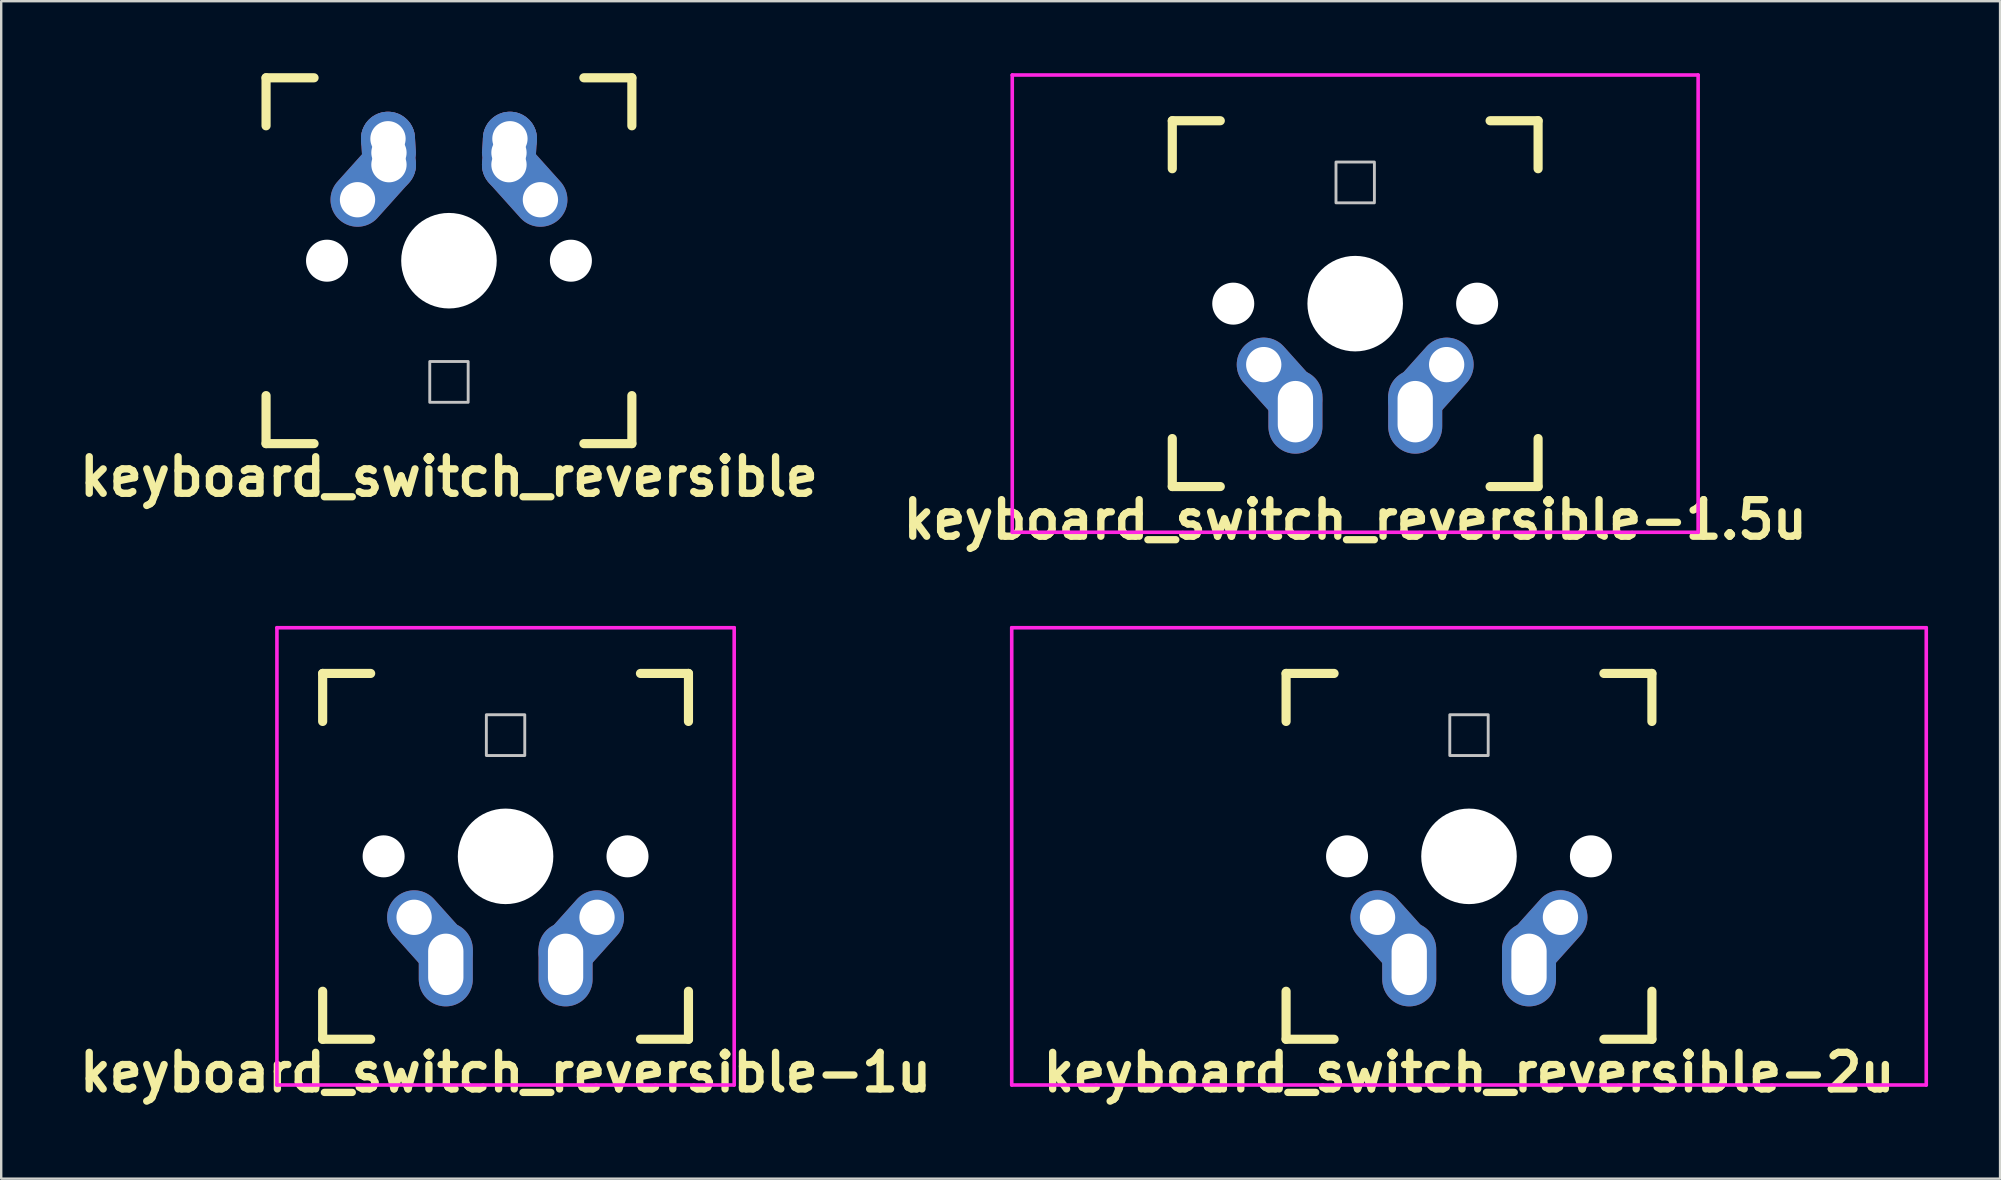
<source format=kicad_pcb>
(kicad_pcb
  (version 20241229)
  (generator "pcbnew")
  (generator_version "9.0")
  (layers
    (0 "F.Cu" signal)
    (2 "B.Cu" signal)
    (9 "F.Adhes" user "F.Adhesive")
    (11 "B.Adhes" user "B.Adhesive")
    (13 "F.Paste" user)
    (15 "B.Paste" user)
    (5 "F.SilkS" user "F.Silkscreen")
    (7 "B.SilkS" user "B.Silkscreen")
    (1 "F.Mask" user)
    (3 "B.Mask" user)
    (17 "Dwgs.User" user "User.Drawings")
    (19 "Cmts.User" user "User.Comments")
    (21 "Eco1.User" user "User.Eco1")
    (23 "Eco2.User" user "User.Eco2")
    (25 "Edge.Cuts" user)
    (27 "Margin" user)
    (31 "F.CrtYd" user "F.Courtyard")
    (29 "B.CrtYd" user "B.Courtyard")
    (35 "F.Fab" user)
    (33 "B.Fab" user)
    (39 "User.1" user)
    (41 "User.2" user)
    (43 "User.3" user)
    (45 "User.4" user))
  (footprint "keyboard_switch_reversible-1.5u"
    (layer "F.Cu")
    (at 53.408 9.6)
    (property "Reference" "keyboard_switch_reversible-1.5u" (at 0 9 0) (layer "F.SilkS") (effects (font (size 1.524 1.524) (thickness 0.305))))
    (attr through_hole)
    (fp_line (start -7.62 -5.62) (end -7.62 -7.62) (stroke (width 0.381) (type solid)) (layer "F.SilkS"))
    (fp_line (start -7.62 7.62) (end -7.62 5.62) (stroke (width 0.381) (type solid)) (layer "F.SilkS"))
    (fp_line (start -5.62 -7.62) (end -7.62 -7.62) (stroke (width 0.381) (type solid)) (layer "F.SilkS"))
    (fp_line (start -5.62 7.62) (end -7.62 7.62) (stroke (width 0.381) (type solid)) (layer "F.SilkS"))
    (fp_line (start 7.62 -7.62) (end 5.62 -7.62) (stroke (width 0.381) (type solid)) (layer "F.SilkS"))
    (fp_line (start 7.62 -5.62) (end 7.62 -7.62) (stroke (width 0.381) (type solid)) (layer "F.SilkS"))
    (fp_line (start 7.62 5.62) (end 7.62 7.62) (stroke (width 0.381) (type solid)) (layer "F.SilkS"))
    (fp_line (start 7.62 7.62) (end 5.62 7.62) (stroke (width 0.381) (type solid)) (layer "F.SilkS"))
    (fp_rect (start 0.8 -4.2) (end -0.8 -5.9) (stroke (width 0.12) (type solid)) (fill no) (layer "Dwgs.User"))
    (fp_line (start -14.287 -9.525) (end 14.287 -9.525) (stroke (width 0.15) (type solid)) (layer "F.CrtYd"))
    (fp_line (start -14.287 9.525) (end -14.287 -9.525) (stroke (width 0.15) (type solid)) (layer "F.CrtYd"))
    (fp_line (start 14.287 -9.525) (end 14.287 9.525) (stroke (width 0.15) (type solid)) (layer "F.CrtYd"))
    (fp_line (start 14.287 9.525) (end -14.287 9.525) (stroke (width 0.15) (type solid)) (layer "F.CrtYd"))
    (pad "" np_thru_hole circle (at -5.08 0 228.1) (size 1.75 1.75) (drill 1.75) (layers "*.Cu" "*.Mask"))
    (pad "" np_thru_hole circle (at 0 0 180) (size 3.98 3.98) (drill 3.98) (layers "*.Cu" "*.Mask"))
    (pad "" np_thru_hole circle (at 5.08 0 228.1) (size 1.75 1.75) (drill 1.75) (layers "*.Cu" "*.Mask"))
    (pad "1" thru_hole oval (at 2.5 4.5 180) (size 2.25 3.5) (drill oval 1.47 2.56) (layers "*.Cu" "*.Mask"))
    (pad "1" thru_hole oval (at 3.81 2.54 228.099) (size 4.212 2.25) (drill 1.47 (offset 0.981 0)) (layers "*.Cu" "*.Mask"))
    (pad "2" thru_hole oval (at -3.81 2.54 131.9) (size 4.212 2.25) (drill 1.47 (offset -0.981 0)) (layers "*.Cu" "*.Mask"))
    (pad "2" thru_hole oval (at -2.49 4.5 180) (size 2.25 3.5) (drill oval 1.47 2.56) (layers "*.Cu" "*.Mask")))
  (footprint "keyboard_switch_reversible-2u"
    (layer "F.Cu")
    (at 58.149 32.626)
    (property "Reference" "keyboard_switch_reversible-2u" (at 0 9 0) (layer "F.SilkS") (effects (font (size 1.524 1.524) (thickness 0.305))))
    (attr through_hole)
    (fp_line (start -7.62 -5.62) (end -7.62 -7.62) (stroke (width 0.381) (type solid)) (layer "F.SilkS"))
    (fp_line (start -7.62 7.62) (end -7.62 5.62) (stroke (width 0.381) (type solid)) (layer "F.SilkS"))
    (fp_line (start -5.62 -7.62) (end -7.62 -7.62) (stroke (width 0.381) (type solid)) (layer "F.SilkS"))
    (fp_line (start -5.62 7.62) (end -7.62 7.62) (stroke (width 0.381) (type solid)) (layer "F.SilkS"))
    (fp_line (start 7.62 -7.62) (end 5.62 -7.62) (stroke (width 0.381) (type solid)) (layer "F.SilkS"))
    (fp_line (start 7.62 -5.62) (end 7.62 -7.62) (stroke (width 0.381) (type solid)) (layer "F.SilkS"))
    (fp_line (start 7.62 5.62) (end 7.62 7.62) (stroke (width 0.381) (type solid)) (layer "F.SilkS"))
    (fp_line (start 7.62 7.62) (end 5.62 7.62) (stroke (width 0.381) (type solid)) (layer "F.SilkS"))
    (fp_rect (start 0.8 -4.2) (end -0.8 -5.9) (stroke (width 0.12) (type solid)) (fill no) (layer "Dwgs.User"))
    (fp_line (start -19.05 -9.525) (end 19.05 -9.525) (stroke (width 0.15) (type solid)) (layer "F.CrtYd"))
    (fp_line (start -19.05 9.525) (end -19.05 -9.525) (stroke (width 0.15) (type solid)) (layer "F.CrtYd"))
    (fp_line (start 19.05 -9.525) (end 19.05 9.525) (stroke (width 0.15) (type solid)) (layer "F.CrtYd"))
    (fp_line (start 19.05 9.525) (end -19.05 9.525) (stroke (width 0.15) (type solid)) (layer "F.CrtYd"))
    (pad "" np_thru_hole circle (at -5.08 0 228.1) (size 1.75 1.75) (drill 1.75) (layers "*.Cu" "*.Mask"))
    (pad "" np_thru_hole circle (at 0 0 180) (size 3.98 3.98) (drill 3.98) (layers "*.Cu" "*.Mask"))
    (pad "" np_thru_hole circle (at 5.08 0 228.1) (size 1.75 1.75) (drill 1.75) (layers "*.Cu" "*.Mask"))
    (pad "1" thru_hole oval (at 2.5 4.5 180) (size 2.25 3.5) (drill oval 1.47 2.56) (layers "*.Cu" "*.Mask"))
    (pad "1" thru_hole oval (at 3.81 2.54 228.099) (size 4.212 2.25) (drill 1.47 (offset 0.981 0)) (layers "*.Cu" "*.Mask"))
    (pad "2" thru_hole oval (at -3.81 2.54 131.9) (size 4.212 2.25) (drill 1.47 (offset -0.981 0)) (layers "*.Cu" "*.Mask"))
    (pad "2" thru_hole oval (at -2.49 4.5 180) (size 2.25 3.5) (drill oval 1.47 2.56) (layers "*.Cu" "*.Mask")))
  (footprint "keyboard_switch_reversible"
    (layer "F.Cu")
    (at 15.654 7.811)
    (property "Reference" "keyboard_switch_reversible" (at 0 9 0) (layer "F.SilkS") (effects (font (size 1.524 1.524) (thickness 0.305))))
    (attr through_hole)
    (fp_line (start -7.62 -7.62) (end -5.62 -7.62) (stroke (width 0.381) (type solid)) (layer "F.SilkS"))
    (fp_line (start -7.62 -5.62) (end -7.62 -7.62) (stroke (width 0.381) (type solid)) (layer "F.SilkS"))
    (fp_line (start -7.62 5.62) (end -7.62 7.62) (stroke (width 0.381) (type solid)) (layer "F.SilkS"))
    (fp_line (start -7.62 7.62) (end -5.62 7.62) (stroke (width 0.381) (type solid)) (layer "F.SilkS"))
    (fp_line (start 5.62 -7.62) (end 7.62 -7.62) (stroke (width 0.381) (type solid)) (layer "F.SilkS"))
    (fp_line (start 5.62 7.62) (end 7.62 7.62) (stroke (width 0.381) (type solid)) (layer "F.SilkS"))
    (fp_line (start 7.62 -7.62) (end 7.62 -5.62) (stroke (width 0.381) (type solid)) (layer "F.SilkS"))
    (fp_line (start 7.62 5.62) (end 7.62 7.62) (stroke (width 0.381) (type solid)) (layer "F.SilkS"))
    (fp_rect (start -0.8 4.2) (end 0.8 5.9) (stroke (width 0.12) (type solid)) (fill no) (layer "Dwgs.User"))
    (pad "" np_thru_hole circle (at -5.08 0 48.1) (size 1.75 1.75) (drill 1.75) (layers "*.Cu" "*.Mask"))
    (pad "" np_thru_hole circle (at 0 0) (size 3.98 3.98) (drill 3.98) (layers "*.Cu" "*.Mask"))
    (pad "" np_thru_hole circle (at 5.08 0 48.1) (size 1.75 1.75) (drill 1.75) (layers "*.Cu" "*.Mask"))
    (pad "1" thru_hole oval (at -3.81 -2.54 48.1) (size 4.212 2.25) (drill 1.47 (offset 0.981 0)) (layers "*.Cu" "B.Mask"))
    (pad "1" thru_hole circle (at -2.54 -5.08) (size 2.25 2.25) (drill 1.47) (layers "*.Cu" "F.Mask"))
    (pad "1" thru_hole oval (at -2.5 -4.5 273.945) (size 2.831 2.25) (drill 1.47 (offset -0.291 0)) (layers "*.Cu" "F.Mask"))
    (pad "1" thru_hole circle (at -2.5 -4) (size 2.25 2.25) (drill 1.47) (layers "*.Cu" "B.Mask"))
    (pad "2" thru_hole oval (at 2.5 -4.5 86.055) (size 2.831 2.25) (drill 1.47 (offset 0.291 0)) (layers "*.Cu" "B.Mask"))
    (pad "2" thru_hole circle (at 2.5 -4) (size 2.25 2.25) (drill 1.47) (layers "*.Cu" "F.Mask"))
    (pad "2" thru_hole circle (at 2.54 -5.08) (size 2.25 2.25) (drill 1.47) (layers "*.Cu" "B.Mask"))
    (pad "2" thru_hole oval (at 3.81 -2.54 311.9) (size 4.212 2.25) (drill 1.47 (offset -0.981 0)) (layers "*.Cu" "F.Mask")))
  (footprint "keyboard_switch_reversible-1u"
    (layer "F.Cu")
    (at 18.012 32.626)
    (property "Reference" "keyboard_switch_reversible-1u" (at 0 9 0) (layer "F.SilkS") (effects (font (size 1.524 1.524) (thickness 0.305))))
    (attr through_hole)
    (fp_line (start -7.62 -5.62) (end -7.62 -7.62) (stroke (width 0.381) (type solid)) (layer "F.SilkS"))
    (fp_line (start -7.62 7.62) (end -7.62 5.62) (stroke (width 0.381) (type solid)) (layer "F.SilkS"))
    (fp_line (start -5.62 -7.62) (end -7.62 -7.62) (stroke (width 0.381) (type solid)) (layer "F.SilkS"))
    (fp_line (start -5.62 7.62) (end -7.62 7.62) (stroke (width 0.381) (type solid)) (layer "F.SilkS"))
    (fp_line (start 7.62 -7.62) (end 5.62 -7.62) (stroke (width 0.381) (type solid)) (layer "F.SilkS"))
    (fp_line (start 7.62 -5.62) (end 7.62 -7.62) (stroke (width 0.381) (type solid)) (layer "F.SilkS"))
    (fp_line (start 7.62 5.62) (end 7.62 7.62) (stroke (width 0.381) (type solid)) (layer "F.SilkS"))
    (fp_line (start 7.62 7.62) (end 5.62 7.62) (stroke (width 0.381) (type solid)) (layer "F.SilkS"))
    (fp_rect (start 0.8 -4.2) (end -0.8 -5.9) (stroke (width 0.12) (type solid)) (fill no) (layer "Dwgs.User"))
    (fp_line (start -9.525 -9.525) (end 9.525 -9.525) (stroke (width 0.15) (type solid)) (layer "F.CrtYd"))
    (fp_line (start -9.525 9.525) (end -9.525 -9.525) (stroke (width 0.15) (type solid)) (layer "F.CrtYd"))
    (fp_line (start 9.525 -9.525) (end 9.525 9.525) (stroke (width 0.15) (type solid)) (layer "F.CrtYd"))
    (fp_line (start 9.525 9.525) (end -9.525 9.525) (stroke (width 0.15) (type solid)) (layer "F.CrtYd"))
    (pad "" np_thru_hole circle (at -5.08 0 228.1) (size 1.75 1.75) (drill 1.75) (layers "*.Cu" "*.Mask"))
    (pad "" np_thru_hole circle (at 0 0 180) (size 3.98 3.98) (drill 3.98) (layers "*.Cu" "*.Mask"))
    (pad "" np_thru_hole circle (at 5.08 0 228.1) (size 1.75 1.75) (drill 1.75) (layers "*.Cu" "*.Mask"))
    (pad "1" thru_hole oval (at 2.5 4.5 180) (size 2.25 3.5) (drill oval 1.47 2.56) (layers "*.Cu" "*.Mask"))
    (pad "1" thru_hole oval (at 3.81 2.54 228.099) (size 4.212 2.25) (drill 1.47 (offset 0.981 0)) (layers "*.Cu" "*.Mask"))
    (pad "2" thru_hole oval (at -3.81 2.54 131.9) (size 4.212 2.25) (drill 1.47 (offset -0.981 0)) (layers "*.Cu" "*.Mask"))
    (pad "2" thru_hole oval (at -2.49 4.5 180) (size 2.25 3.5) (drill oval 1.47 2.56) (layers "*.Cu" "*.Mask")))
  (gr_rect
    (start -3 -3)
    (end 80.274 46.053)
    (stroke (width 0.1) (type default))
    (fill no)
    (layer "Edge.Cuts")))
</source>
